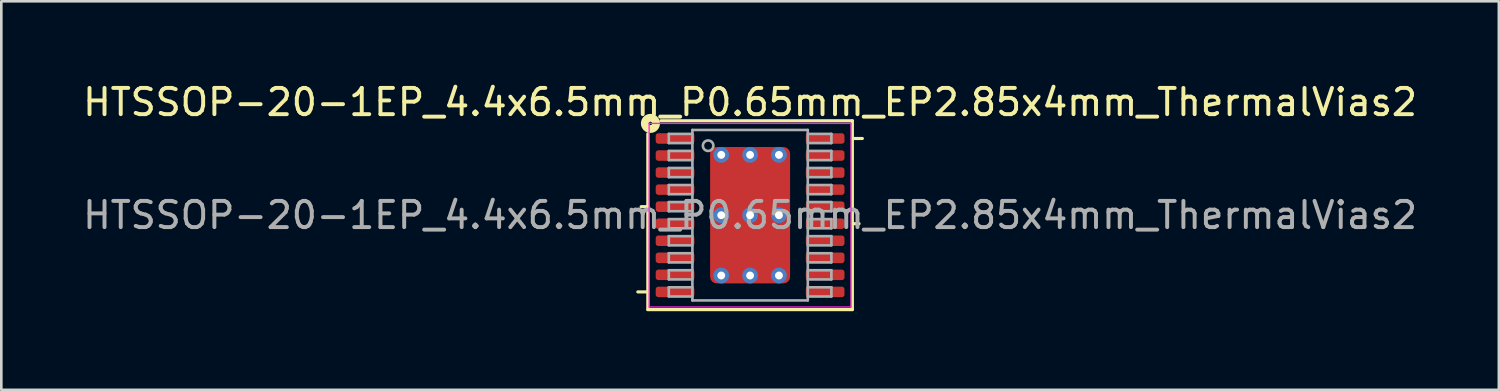
<source format=kicad_pcb>
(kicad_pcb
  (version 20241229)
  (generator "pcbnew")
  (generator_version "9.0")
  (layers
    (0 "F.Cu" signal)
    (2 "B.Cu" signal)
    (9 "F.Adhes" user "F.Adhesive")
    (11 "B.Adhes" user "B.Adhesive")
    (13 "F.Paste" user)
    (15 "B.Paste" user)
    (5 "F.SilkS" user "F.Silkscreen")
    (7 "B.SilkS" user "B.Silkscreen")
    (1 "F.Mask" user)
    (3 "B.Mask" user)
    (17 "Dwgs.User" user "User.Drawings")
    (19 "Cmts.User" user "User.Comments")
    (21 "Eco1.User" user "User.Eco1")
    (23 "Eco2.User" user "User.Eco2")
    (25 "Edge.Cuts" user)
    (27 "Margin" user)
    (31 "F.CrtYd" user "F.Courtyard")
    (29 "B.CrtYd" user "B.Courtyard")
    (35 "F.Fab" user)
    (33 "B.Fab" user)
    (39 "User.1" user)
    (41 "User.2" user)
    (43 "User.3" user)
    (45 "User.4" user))
  (footprint "HTSSOP-20-1EP_4.4x6.5mm_P0.65mm_EP2.85x4mm_ThermalVias2"
    (layer "F.Cu")
    (at 25.554 5.156)
    (property "Reference" "HTSSOP-20-1EP_4.4x6.5mm_P0.65mm_EP2.85x4mm_ThermalVias2" (at 0 -4.308 0) (layer "F.SilkS") (effects (font (size 1 1) (thickness 0.15))))
    (attr smd)
    (fp_line (start -3.9 -0.325) (end -4.154 -0.325) (stroke (width 0.12) (type solid)) (layer "F.SilkS"))
    (fp_line (start -3.9 2.925) (end -4.281 2.925) (stroke (width 0.12) (type solid)) (layer "F.SilkS"))
    (fp_line (start -3.9 3.6) (end -3.9 -3.1) (stroke (width 0.12) (type solid)) (layer "F.SilkS"))
    (fp_line (start -3.4 -3.6) (end 3.9 -3.6) (stroke (width 0.12) (type solid)) (layer "F.SilkS"))
    (fp_line (start 3.9 -3.6) (end 3.9 3.6) (stroke (width 0.12) (type solid)) (layer "F.SilkS"))
    (fp_line (start 3.9 -2.925) (end 4.281 -2.925) (stroke (width 0.12) (type solid)) (layer "F.SilkS"))
    (fp_line (start 3.9 0.325) (end 4.154 0.325) (stroke (width 0.12) (type solid)) (layer "F.SilkS"))
    (fp_line (start 3.9 3.6) (end -3.9 3.6) (stroke (width 0.12) (type solid)) (layer "F.SilkS"))
    (fp_circle (center -3.8 -3.5) (end -3.736 -3.5) (stroke (width 0.3) (type solid)) (fill no) (layer "F.SilkS"))
    (fp_line (start -3.85 -3.5) (end -3.85 3.5) (stroke (width 0.05) (type solid)) (layer "F.CrtYd"))
    (fp_line (start -3.85 3.5) (end 3.85 3.5) (stroke (width 0.05) (type solid)) (layer "F.CrtYd"))
    (fp_line (start 3.85 -3.5) (end -3.85 -3.5) (stroke (width 0.05) (type solid)) (layer "F.CrtYd"))
    (fp_line (start 3.85 3.5) (end 3.85 -3.5) (stroke (width 0.05) (type solid)) (layer "F.CrtYd"))
    (fp_line (start -3.1 -3.1) (end -3.1 -2.75) (stroke (width 0.1) (type solid)) (layer "F.Fab"))
    (fp_line (start -3.1 -3.1) (end -2.2 -3.1) (stroke (width 0.1) (type solid)) (layer "F.Fab"))
    (fp_line (start -3.1 -2.75) (end -2.2 -2.75) (stroke (width 0.1) (type solid)) (layer "F.Fab"))
    (fp_line (start -3.1 -2.45) (end -3.1 -2.1) (stroke (width 0.1) (type solid)) (layer "F.Fab"))
    (fp_line (start -3.1 -2.45) (end -2.2 -2.45) (stroke (width 0.1) (type solid)) (layer "F.Fab"))
    (fp_line (start -3.1 -2.1) (end -2.2 -2.1) (stroke (width 0.1) (type solid)) (layer "F.Fab"))
    (fp_line (start -3.1 -1.8) (end -3.1 -1.45) (stroke (width 0.1) (type solid)) (layer "F.Fab"))
    (fp_line (start -3.1 -1.8) (end -2.2 -1.8) (stroke (width 0.1) (type solid)) (layer "F.Fab"))
    (fp_line (start -3.1 -1.45) (end -2.2 -1.45) (stroke (width 0.1) (type solid)) (layer "F.Fab"))
    (fp_line (start -3.1 -1.15) (end -3.1 -0.8) (stroke (width 0.1) (type solid)) (layer "F.Fab"))
    (fp_line (start -3.1 -1.15) (end -2.2 -1.15) (stroke (width 0.1) (type solid)) (layer "F.Fab"))
    (fp_line (start -3.1 -0.8) (end -2.2 -0.8) (stroke (width 0.1) (type solid)) (layer "F.Fab"))
    (fp_line (start -3.1 -0.5) (end -3.1 -0.15) (stroke (width 0.1) (type solid)) (layer "F.Fab"))
    (fp_line (start -3.1 -0.5) (end -2.2 -0.5) (stroke (width 0.1) (type solid)) (layer "F.Fab"))
    (fp_line (start -3.1 -0.15) (end -2.2 -0.15) (stroke (width 0.1) (type solid)) (layer "F.Fab"))
    (fp_line (start -3.1 0.15) (end -3.1 0.5) (stroke (width 0.1) (type solid)) (layer "F.Fab"))
    (fp_line (start -3.1 0.15) (end -2.2 0.15) (stroke (width 0.1) (type solid)) (layer "F.Fab"))
    (fp_line (start -3.1 0.5) (end -2.2 0.5) (stroke (width 0.1) (type solid)) (layer "F.Fab"))
    (fp_line (start -3.1 0.8) (end -3.1 1.15) (stroke (width 0.1) (type solid)) (layer "F.Fab"))
    (fp_line (start -3.1 0.8) (end -2.2 0.8) (stroke (width 0.1) (type solid)) (layer "F.Fab"))
    (fp_line (start -3.1 1.15) (end -2.2 1.15) (stroke (width 0.1) (type solid)) (layer "F.Fab"))
    (fp_line (start -3.1 1.45) (end -3.1 1.8) (stroke (width 0.1) (type solid)) (layer "F.Fab"))
    (fp_line (start -3.1 1.45) (end -2.2 1.45) (stroke (width 0.1) (type solid)) (layer "F.Fab"))
    (fp_line (start -3.1 1.8) (end -2.2 1.8) (stroke (width 0.1) (type solid)) (layer "F.Fab"))
    (fp_line (start -3.1 2.1) (end -3.1 2.45) (stroke (width 0.1) (type solid)) (layer "F.Fab"))
    (fp_line (start -3.1 2.1) (end -2.2 2.1) (stroke (width 0.1) (type solid)) (layer "F.Fab"))
    (fp_line (start -3.1 2.45) (end -2.2 2.45) (stroke (width 0.1) (type solid)) (layer "F.Fab"))
    (fp_line (start -3.1 2.75) (end -3.1 3.1) (stroke (width 0.1) (type solid)) (layer "F.Fab"))
    (fp_line (start -3.1 2.75) (end -2.2 2.75) (stroke (width 0.1) (type solid)) (layer "F.Fab"))
    (fp_line (start -3.1 3.1) (end -2.2 3.1) (stroke (width 0.1) (type solid)) (layer "F.Fab"))
    (fp_line (start -2.2 -3.25) (end 2.2 -3.25) (stroke (width 0.1) (type solid)) (layer "F.Fab"))
    (fp_line (start -2.2 3.25) (end -2.2 -3.25) (stroke (width 0.1) (type solid)) (layer "F.Fab"))
    (fp_line (start 2.2 -3.25) (end 2.2 3.25) (stroke (width 0.1) (type solid)) (layer "F.Fab"))
    (fp_line (start 2.2 3.25) (end -2.2 3.25) (stroke (width 0.1) (type solid)) (layer "F.Fab"))
    (fp_line (start 3.1 -3.1) (end 2.2 -3.1) (stroke (width 0.1) (type solid)) (layer "F.Fab"))
    (fp_line (start 3.1 -2.75) (end 2.2 -2.75) (stroke (width 0.1) (type solid)) (layer "F.Fab"))
    (fp_line (start 3.1 -2.75) (end 3.1 -3.1) (stroke (width 0.1) (type solid)) (layer "F.Fab"))
    (fp_line (start 3.1 -2.45) (end 2.2 -2.45) (stroke (width 0.1) (type solid)) (layer "F.Fab"))
    (fp_line (start 3.1 -2.1) (end 2.2 -2.1) (stroke (width 0.1) (type solid)) (layer "F.Fab"))
    (fp_line (start 3.1 -2.1) (end 3.1 -2.45) (stroke (width 0.1) (type solid)) (layer "F.Fab"))
    (fp_line (start 3.1 -1.8) (end 2.2 -1.8) (stroke (width 0.1) (type solid)) (layer "F.Fab"))
    (fp_line (start 3.1 -1.45) (end 2.2 -1.45) (stroke (width 0.1) (type solid)) (layer "F.Fab"))
    (fp_line (start 3.1 -1.45) (end 3.1 -1.8) (stroke (width 0.1) (type solid)) (layer "F.Fab"))
    (fp_line (start 3.1 -1.15) (end 2.2 -1.15) (stroke (width 0.1) (type solid)) (layer "F.Fab"))
    (fp_line (start 3.1 -0.8) (end 2.2 -0.8) (stroke (width 0.1) (type solid)) (layer "F.Fab"))
    (fp_line (start 3.1 -0.8) (end 3.1 -1.15) (stroke (width 0.1) (type solid)) (layer "F.Fab"))
    (fp_line (start 3.1 -0.5) (end 2.2 -0.5) (stroke (width 0.1) (type solid)) (layer "F.Fab"))
    (fp_line (start 3.1 -0.15) (end 2.2 -0.15) (stroke (width 0.1) (type solid)) (layer "F.Fab"))
    (fp_line (start 3.1 -0.15) (end 3.1 -0.5) (stroke (width 0.1) (type solid)) (layer "F.Fab"))
    (fp_line (start 3.1 0.15) (end 2.2 0.15) (stroke (width 0.1) (type solid)) (layer "F.Fab"))
    (fp_line (start 3.1 0.5) (end 2.2 0.5) (stroke (width 0.1) (type solid)) (layer "F.Fab"))
    (fp_line (start 3.1 0.5) (end 3.1 0.15) (stroke (width 0.1) (type solid)) (layer "F.Fab"))
    (fp_line (start 3.1 0.8) (end 2.2 0.8) (stroke (width 0.1) (type solid)) (layer "F.Fab"))
    (fp_line (start 3.1 1.15) (end 2.2 1.15) (stroke (width 0.1) (type solid)) (layer "F.Fab"))
    (fp_line (start 3.1 1.15) (end 3.1 0.8) (stroke (width 0.1) (type solid)) (layer "F.Fab"))
    (fp_line (start 3.1 1.45) (end 2.2 1.45) (stroke (width 0.1) (type solid)) (layer "F.Fab"))
    (fp_line (start 3.1 1.8) (end 2.2 1.8) (stroke (width 0.1) (type solid)) (layer "F.Fab"))
    (fp_line (start 3.1 1.8) (end 3.1 1.45) (stroke (width 0.1) (type solid)) (layer "F.Fab"))
    (fp_line (start 3.1 2.1) (end 2.2 2.1) (stroke (width 0.1) (type solid)) (layer "F.Fab"))
    (fp_line (start 3.1 2.45) (end 2.2 2.45) (stroke (width 0.1) (type solid)) (layer "F.Fab"))
    (fp_line (start 3.1 2.45) (end 3.1 2.1) (stroke (width 0.1) (type solid)) (layer "F.Fab"))
    (fp_line (start 3.1 2.75) (end 2.2 2.75) (stroke (width 0.1) (type solid)) (layer "F.Fab"))
    (fp_line (start 3.1 3.1) (end 2.2 3.1) (stroke (width 0.1) (type solid)) (layer "F.Fab"))
    (fp_line (start 3.1 3.1) (end 3.1 2.75) (stroke (width 0.1) (type solid)) (layer "F.Fab"))
    (fp_circle (center -1.6 -2.65) (end -1.4 -2.65) (stroke (width 0.1) (type solid)) (fill no) (layer "F.Fab"))
    (fp_text user "${REFERENCE}" (at 0 0 0) (layer "F.Fab") (effects (font (size 1 1) (thickness 0.15))))
    (pad "" smd roundrect (at -0.65 -1.175) (size 1.1 1.25) (layers "F.Paste") (roundrect_rratio 0.227))
    (pad "" smd roundrect (at -0.65 1.175) (size 1.1 1.25) (layers "F.Paste") (roundrect_rratio 0.227))
    (pad "" smd roundrect (at 0 -1.15) (size 2.85 1.7) (layers "F.Mask") (roundrect_rratio 0.147))
    (pad "" smd roundrect (at 0 1.15) (size 2.85 1.7) (layers "F.Mask") (roundrect_rratio 0.147))
    (pad "" smd roundrect (at 0.65 -1.175) (size 1.1 1.25) (layers "F.Paste") (roundrect_rratio 0.227))
    (pad "" smd roundrect (at 0.65 1.175) (size 1.1 1.25) (layers "F.Paste") (roundrect_rratio 0.227))
    (pad "1" smd roundrect (at -2.862 -2.925) (size 1.475 0.4) (layers "F.Cu" "F.Mask" "F.Paste") (roundrect_rratio 0.25))
    (pad "2" smd roundrect (at -2.862 -2.275) (size 1.475 0.4) (layers "F.Cu" "F.Mask" "F.Paste") (roundrect_rratio 0.25))
    (pad "3" smd roundrect (at -2.862 -1.625) (size 1.475 0.4) (layers "F.Cu" "F.Mask" "F.Paste") (roundrect_rratio 0.25))
    (pad "4" smd roundrect (at -2.862 -0.975) (size 1.475 0.4) (layers "F.Cu" "F.Mask" "F.Paste") (roundrect_rratio 0.25))
    (pad "5" smd roundrect (at -2.862 -0.325) (size 1.475 0.4) (layers "F.Cu" "F.Mask" "F.Paste") (roundrect_rratio 0.25))
    (pad "6" smd roundrect (at -2.862 0.325) (size 1.475 0.4) (layers "F.Cu" "F.Mask" "F.Paste") (roundrect_rratio 0.25))
    (pad "7" smd roundrect (at -2.862 0.975) (size 1.475 0.4) (layers "F.Cu" "F.Mask" "F.Paste") (roundrect_rratio 0.25))
    (pad "8" smd roundrect (at -2.862 1.625) (size 1.475 0.4) (layers "F.Cu" "F.Mask" "F.Paste") (roundrect_rratio 0.25))
    (pad "9" smd roundrect (at -2.862 2.275) (size 1.475 0.4) (layers "F.Cu" "F.Mask" "F.Paste") (roundrect_rratio 0.25))
    (pad "10" smd roundrect (at -2.862 2.925) (size 1.475 0.4) (layers "F.Cu" "F.Mask" "F.Paste") (roundrect_rratio 0.25))
    (pad "11" smd roundrect (at 2.862 2.925) (size 1.475 0.4) (layers "F.Cu" "F.Mask" "F.Paste") (roundrect_rratio 0.25))
    (pad "12" smd roundrect (at 2.862 2.275) (size 1.475 0.4) (layers "F.Cu" "F.Mask" "F.Paste") (roundrect_rratio 0.25))
    (pad "13" smd roundrect (at 2.862 1.625) (size 1.475 0.4) (layers "F.Cu" "F.Mask" "F.Paste") (roundrect_rratio 0.25))
    (pad "14" smd roundrect (at 2.862 0.975) (size 1.475 0.4) (layers "F.Cu" "F.Mask" "F.Paste") (roundrect_rratio 0.25))
    (pad "15" smd roundrect (at 2.862 0.325) (size 1.475 0.4) (layers "F.Cu" "F.Mask" "F.Paste") (roundrect_rratio 0.25))
    (pad "16" smd roundrect (at 2.862 -0.325) (size 1.475 0.4) (layers "F.Cu" "F.Mask" "F.Paste") (roundrect_rratio 0.25))
    (pad "17" smd roundrect (at 2.862 -0.975) (size 1.475 0.4) (layers "F.Cu" "F.Mask" "F.Paste") (roundrect_rratio 0.25))
    (pad "18" smd roundrect (at 2.862 -1.625) (size 1.475 0.4) (layers "F.Cu" "F.Mask" "F.Paste") (roundrect_rratio 0.25))
    (pad "19" smd roundrect (at 2.862 -2.275) (size 1.475 0.4) (layers "F.Cu" "F.Mask" "F.Paste") (roundrect_rratio 0.25))
    (pad "20" smd roundrect (at 2.862 -2.925) (size 1.475 0.4) (layers "F.Cu" "F.Mask" "F.Paste") (roundrect_rratio 0.25))
    (pad "21" thru_hole circle (at -1.1 -2.3) (size 0.6 0.6) (drill 0.3) (property pad_prop_heatsink) (layers "*.Cu" "*.Mask"))
    (pad "21" thru_hole circle (at -1.1 0) (size 0.6 0.6) (drill 0.3) (property pad_prop_heatsink) (layers "*.Cu" "*.Mask"))
    (pad "21" thru_hole circle (at -1.1 2.3) (size 0.6 0.6) (drill 0.3) (property pad_prop_heatsink) (layers "*.Cu" "*.Mask"))
    (pad "21" thru_hole circle (at 0 -2.3) (size 0.6 0.6) (drill 0.3) (property pad_prop_heatsink) (layers "*.Cu" "*.Mask"))
    (pad "21" thru_hole circle (at 0 0) (size 0.6 0.6) (drill 0.3) (property pad_prop_heatsink) (layers "*.Cu" "*.Mask"))
    (pad "21" smd roundrect (at 0 0) (size 3.05 5.2) (layers "F.Cu") (roundrect_rratio 0.082))
    (pad "21" thru_hole circle (at 0 2.3) (size 0.6 0.6) (drill 0.3) (property pad_prop_heatsink) (layers "*.Cu" "*.Mask"))
    (pad "21" thru_hole circle (at 1.1 -2.3) (size 0.6 0.6) (drill 0.3) (property pad_prop_heatsink) (layers "*.Cu" "*.Mask"))
    (pad "21" thru_hole circle (at 1.1 0) (size 0.6 0.6) (drill 0.3) (property pad_prop_heatsink) (layers "*.Cu" "*.Mask"))
    (pad "21" thru_hole circle (at 1.1 2.3) (size 0.6 0.6) (drill 0.3) (property pad_prop_heatsink) (layers "*.Cu" "*.Mask")))
  (gr_rect
    (start -3 -3)
    (end 54.107 11.816)
    (stroke (width 0.1) (type default))
    (fill no)
    (layer "Edge.Cuts")))
</source>
